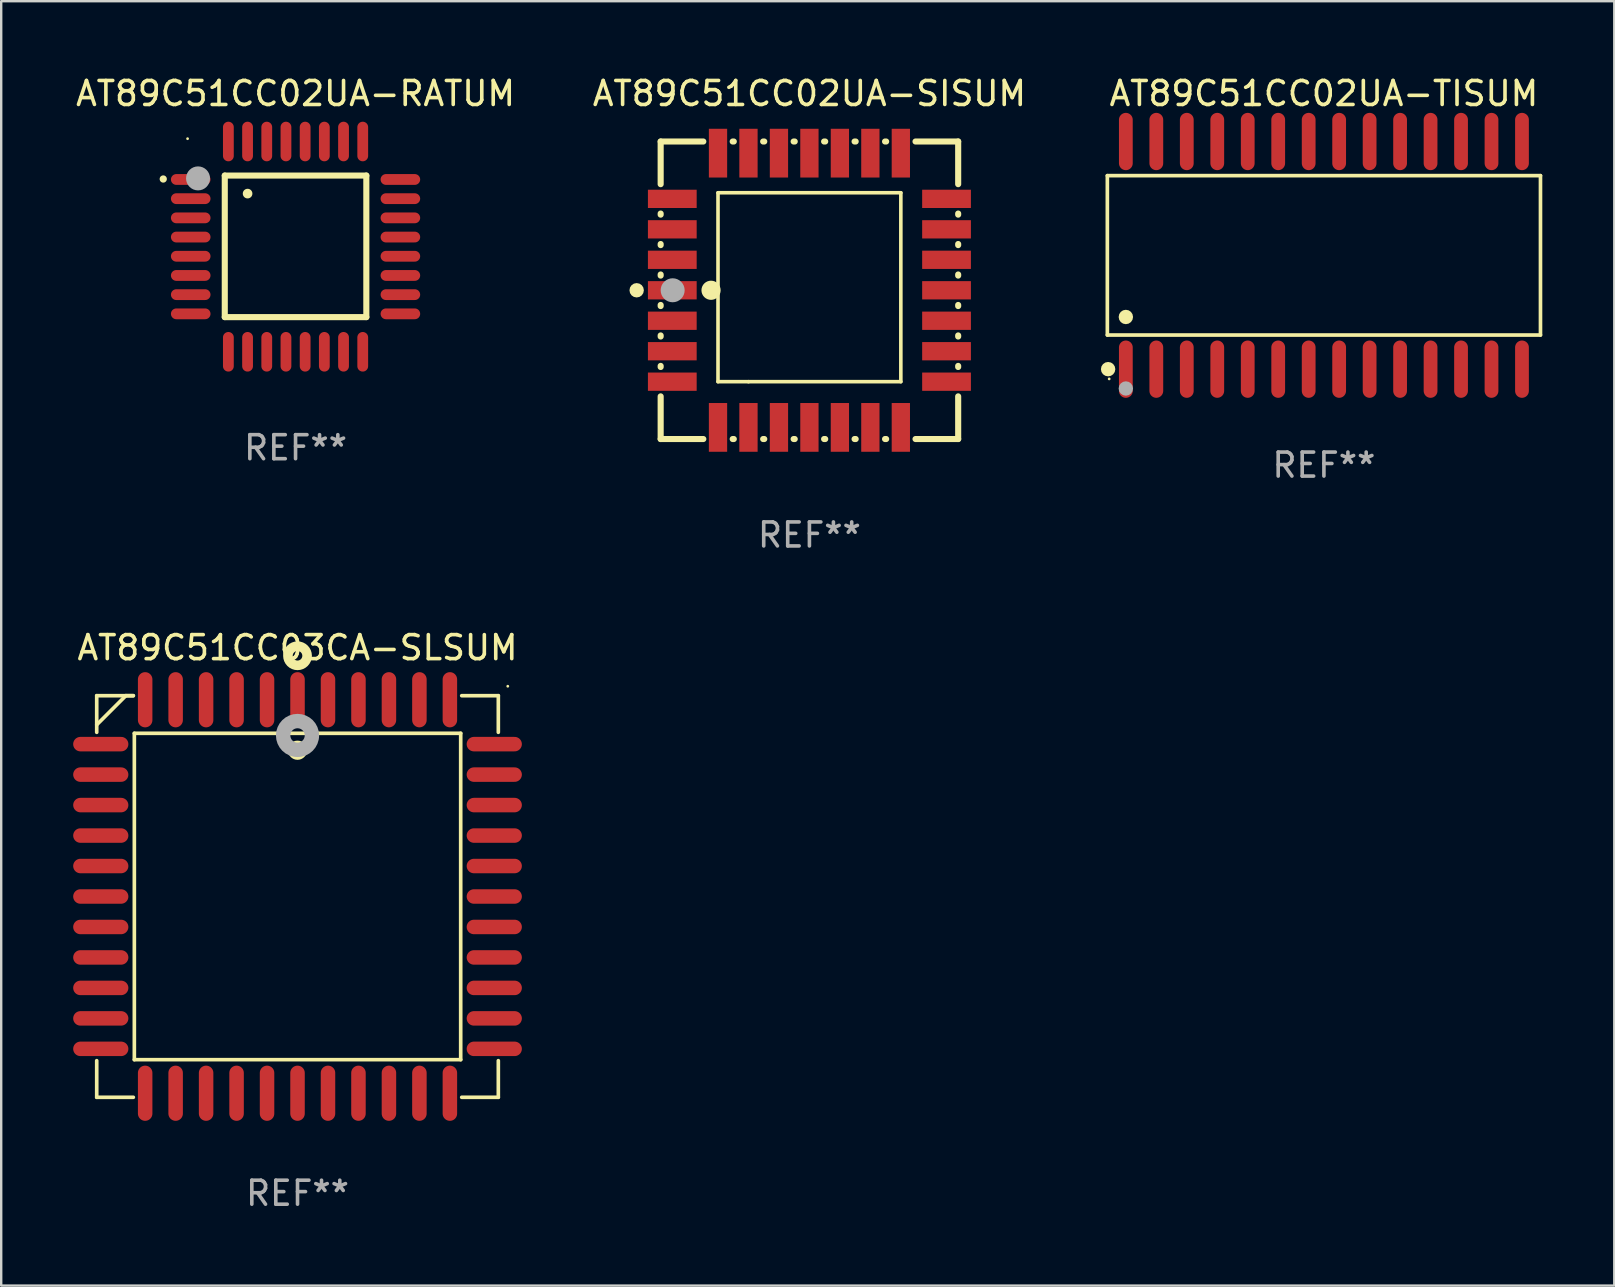
<source format=kicad_pcb>
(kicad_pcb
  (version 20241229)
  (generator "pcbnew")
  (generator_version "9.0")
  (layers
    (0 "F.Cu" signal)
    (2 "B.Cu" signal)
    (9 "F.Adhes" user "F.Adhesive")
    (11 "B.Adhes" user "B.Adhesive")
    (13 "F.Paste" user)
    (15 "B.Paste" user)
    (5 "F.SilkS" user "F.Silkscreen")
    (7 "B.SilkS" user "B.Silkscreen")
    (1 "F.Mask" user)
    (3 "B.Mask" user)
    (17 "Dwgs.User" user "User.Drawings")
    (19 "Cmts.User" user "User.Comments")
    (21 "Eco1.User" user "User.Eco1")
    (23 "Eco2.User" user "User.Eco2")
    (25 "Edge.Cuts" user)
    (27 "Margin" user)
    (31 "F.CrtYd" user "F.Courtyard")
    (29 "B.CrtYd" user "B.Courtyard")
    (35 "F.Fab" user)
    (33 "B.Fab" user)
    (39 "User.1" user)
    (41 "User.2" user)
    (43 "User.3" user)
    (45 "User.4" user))
  (footprint "AT89C51CC02UA-TISUM"
    (layer "F.Cu")
    (at 52.128 7.592)
    (property "Reference" "AT89C51CC02UA-TISUM" (at 0 -6.744 0) (layer "F.SilkS") (effects (font (size 1 1) (thickness 0.15))))
    (attr through_hole)
    (fp_line (start -9.026 -3.321) (end 9.026 -3.321) (stroke (width 0.152) (type solid)) (layer "F.SilkS"))
    (fp_line (start -9.026 3.321) (end -9.026 -3.321) (stroke (width 0.152) (type solid)) (layer "F.SilkS"))
    (fp_line (start 9.026 -3.321) (end 9.026 3.321) (stroke (width 0.152) (type solid)) (layer "F.SilkS"))
    (fp_line (start 9.026 3.321) (end -9.026 3.321) (stroke (width 0.152) (type solid)) (layer "F.SilkS"))
    (fp_circle (center -8.994 4.744) (end -8.844 4.744) (stroke (width 0.3) (type solid)) (fill no) (layer "F.SilkS"))
    (fp_circle (center -8.95 5.15) (end -8.92 5.15) (stroke (width 0.06) (type solid)) (fill no) (layer "F.SilkS"))
    (fp_circle (center -8.255 2.569) (end -8.105 2.569) (stroke (width 0.3) (type solid)) (fill no) (layer "F.SilkS"))
    (fp_circle (center -8.255 5.55) (end -8.105 5.55) (stroke (width 0.3) (type solid)) (fill no) (layer "F.Fab"))
    (fp_text user "REF**" (at 0 8.744 0) (layer "F.Fab") (effects (font (size 1 1) (thickness 0.15))))
    (pad "1" smd oval (at -8.255 4.744) (size 0.574 2.388) (layers "F.Cu" "F.Mask" "F.Paste"))
    (pad "2" smd oval (at -6.985 4.744) (size 0.574 2.388) (layers "F.Cu" "F.Mask" "F.Paste"))
    (pad "3" smd oval (at -5.715 4.744) (size 0.574 2.388) (layers "F.Cu" "F.Mask" "F.Paste"))
    (pad "4" smd oval (at -4.445 4.744) (size 0.574 2.388) (layers "F.Cu" "F.Mask" "F.Paste"))
    (pad "5" smd oval (at -3.175 4.744) (size 0.574 2.388) (layers "F.Cu" "F.Mask" "F.Paste"))
    (pad "6" smd oval (at -1.905 4.744) (size 0.574 2.388) (layers "F.Cu" "F.Mask" "F.Paste"))
    (pad "7" smd oval (at -0.635 4.744) (size 0.574 2.388) (layers "F.Cu" "F.Mask" "F.Paste"))
    (pad "8" smd oval (at 0.635 4.744) (size 0.574 2.388) (layers "F.Cu" "F.Mask" "F.Paste"))
    (pad "9" smd oval (at 1.905 4.744) (size 0.574 2.388) (layers "F.Cu" "F.Mask" "F.Paste"))
    (pad "10" smd oval (at 3.175 4.744) (size 0.574 2.388) (layers "F.Cu" "F.Mask" "F.Paste"))
    (pad "11" smd oval (at 4.445 4.744) (size 0.574 2.388) (layers "F.Cu" "F.Mask" "F.Paste"))
    (pad "12" smd oval (at 5.715 4.744) (size 0.574 2.388) (layers "F.Cu" "F.Mask" "F.Paste"))
    (pad "13" smd oval (at 6.985 4.744) (size 0.574 2.388) (layers "F.Cu" "F.Mask" "F.Paste"))
    (pad "14" smd oval (at 8.255 4.744) (size 0.574 2.388) (layers "F.Cu" "F.Mask" "F.Paste"))
    (pad "15" smd oval (at 8.255 -4.744) (size 0.574 2.388) (layers "F.Cu" "F.Mask" "F.Paste"))
    (pad "16" smd oval (at 6.985 -4.744) (size 0.574 2.388) (layers "F.Cu" "F.Mask" "F.Paste"))
    (pad "17" smd oval (at 5.715 -4.744) (size 0.574 2.388) (layers "F.Cu" "F.Mask" "F.Paste"))
    (pad "18" smd oval (at 4.445 -4.744) (size 0.574 2.388) (layers "F.Cu" "F.Mask" "F.Paste"))
    (pad "19" smd oval (at 3.175 -4.744) (size 0.574 2.388) (layers "F.Cu" "F.Mask" "F.Paste"))
    (pad "20" smd oval (at 1.905 -4.744) (size 0.574 2.388) (layers "F.Cu" "F.Mask" "F.Paste"))
    (pad "21" smd oval (at 0.635 -4.744) (size 0.574 2.388) (layers "F.Cu" "F.Mask" "F.Paste"))
    (pad "22" smd oval (at -0.635 -4.744) (size 0.574 2.388) (layers "F.Cu" "F.Mask" "F.Paste"))
    (pad "23" smd oval (at -1.905 -4.744) (size 0.574 2.388) (layers "F.Cu" "F.Mask" "F.Paste"))
    (pad "24" smd oval (at -3.175 -4.744) (size 0.574 2.388) (layers "F.Cu" "F.Mask" "F.Paste"))
    (pad "25" smd oval (at -4.445 -4.744) (size 0.574 2.388) (layers "F.Cu" "F.Mask" "F.Paste"))
    (pad "26" smd oval (at -5.715 -4.744) (size 0.574 2.388) (layers "F.Cu" "F.Mask" "F.Paste"))
    (pad "27" smd oval (at -6.985 -4.744) (size 0.574 2.388) (layers "F.Cu" "F.Mask" "F.Paste"))
    (pad "28" smd oval (at -8.255 -4.744) (size 0.574 2.388) (layers "F.Cu" "F.Mask" "F.Paste")))
  (footprint "AT89C51CC02UA-RATUM"
    (layer "F.Cu")
    (at 9.268 7.23)
    (property "Reference" "AT89C51CC02UA-RATUM" (at 0 -6.382 0) (layer "F.SilkS") (effects (font (size 1 1) (thickness 0.15))))
    (attr through_hole)
    (fp_line (start -2.95 -2.963) (end -2.95 2.937) (stroke (width 0.254) (type solid)) (layer "F.SilkS"))
    (fp_line (start -2.95 2.937) (end 2.95 2.937) (stroke (width 0.254) (type solid)) (layer "F.SilkS"))
    (fp_line (start 2.95 -2.963) (end -2.95 -2.963) (stroke (width 0.254) (type solid)) (layer "F.SilkS"))
    (fp_line (start 2.95 2.937) (end 2.95 -2.963) (stroke (width 0.254) (type solid)) (layer "F.SilkS"))
    (fp_arc (start -5.514199 -2.818136) (mid -5.514204 -2.819406) (end -5.514199 -2.820676) (stroke (width 0.3) (type solid)) (layer "F.SilkS"))
    (fp_arc (start -1.998984 -2.209804) (mid -1.998988 -2.211074) (end -1.998984 -2.212344) (stroke (width 0.4) (type solid)) (layer "F.SilkS"))
    (fp_circle (center -4.5 -4.5) (end -4.47 -4.5) (stroke (width 0.06) (type solid)) (fill no) (layer "F.SilkS"))
    (fp_circle (center -4.064 -2.845) (end -3.814 -2.845) (stroke (width 0.5) (type solid)) (fill no) (layer "F.Fab"))
    (fp_text user "REF**" (at 0 8.382 0) (layer "F.Fab") (effects (font (size 1 1) (thickness 0.15))))
    (pad "1" smd oval (at -4.369 -2.8 90) (size 0.45 1.65) (layers "F.Cu" "F.Mask" "F.Paste"))
    (pad "2" smd oval (at -4.369 -2 90) (size 0.45 1.65) (layers "F.Cu" "F.Mask" "F.Paste"))
    (pad "3" smd oval (at -4.369 -1.2 90) (size 0.45 1.65) (layers "F.Cu" "F.Mask" "F.Paste"))
    (pad "4" smd oval (at -4.369 -0.4 90) (size 0.45 1.65) (layers "F.Cu" "F.Mask" "F.Paste"))
    (pad "5" smd oval (at -4.369 0.4 90) (size 0.45 1.65) (layers "F.Cu" "F.Mask" "F.Paste"))
    (pad "6" smd oval (at -4.369 1.2 90) (size 0.45 1.65) (layers "F.Cu" "F.Mask" "F.Paste"))
    (pad "7" smd oval (at -4.369 2 90) (size 0.45 1.65) (layers "F.Cu" "F.Mask" "F.Paste"))
    (pad "8" smd oval (at -4.369 2.8 90) (size 0.45 1.65) (layers "F.Cu" "F.Mask" "F.Paste"))
    (pad "9" smd oval (at -2.8 4.382) (size 0.45 1.65) (layers "F.Cu" "F.Mask" "F.Paste"))
    (pad "10" smd oval (at -2 4.382) (size 0.45 1.65) (layers "F.Cu" "F.Mask" "F.Paste"))
    (pad "11" smd oval (at -1.2 4.382) (size 0.45 1.65) (layers "F.Cu" "F.Mask" "F.Paste"))
    (pad "12" smd oval (at -0.4 4.382) (size 0.45 1.65) (layers "F.Cu" "F.Mask" "F.Paste"))
    (pad "13" smd oval (at 0.4 4.382) (size 0.45 1.65) (layers "F.Cu" "F.Mask" "F.Paste"))
    (pad "14" smd oval (at 1.2 4.382) (size 0.45 1.65) (layers "F.Cu" "F.Mask" "F.Paste"))
    (pad "15" smd oval (at 2 4.382) (size 0.45 1.65) (layers "F.Cu" "F.Mask" "F.Paste"))
    (pad "16" smd oval (at 2.8 4.382) (size 0.45 1.65) (layers "F.Cu" "F.Mask" "F.Paste"))
    (pad "17" smd oval (at 4.369 2.8 90) (size 0.45 1.65) (layers "F.Cu" "F.Mask" "F.Paste"))
    (pad "18" smd oval (at 4.369 2 90) (size 0.45 1.65) (layers "F.Cu" "F.Mask" "F.Paste"))
    (pad "19" smd oval (at 4.369 1.2 90) (size 0.45 1.65) (layers "F.Cu" "F.Mask" "F.Paste"))
    (pad "20" smd oval (at 4.369 0.4 90) (size 0.45 1.65) (layers "F.Cu" "F.Mask" "F.Paste"))
    (pad "21" smd oval (at 4.369 -0.4 90) (size 0.45 1.65) (layers "F.Cu" "F.Mask" "F.Paste"))
    (pad "22" smd oval (at 4.369 -1.2 90) (size 0.45 1.65) (layers "F.Cu" "F.Mask" "F.Paste"))
    (pad "23" smd oval (at 4.369 -2 90) (size 0.45 1.65) (layers "F.Cu" "F.Mask" "F.Paste"))
    (pad "24" smd oval (at 4.369 -2.8 90) (size 0.45 1.65) (layers "F.Cu" "F.Mask" "F.Paste"))
    (pad "25" smd oval (at 2.8 -4.382) (size 0.45 1.65) (layers "F.Cu" "F.Mask" "F.Paste"))
    (pad "26" smd oval (at 2 -4.382) (size 0.45 1.65) (layers "F.Cu" "F.Mask" "F.Paste"))
    (pad "27" smd oval (at 1.2 -4.382) (size 0.45 1.65) (layers "F.Cu" "F.Mask" "F.Paste"))
    (pad "28" smd oval (at 0.4 -4.382) (size 0.45 1.65) (layers "F.Cu" "F.Mask" "F.Paste"))
    (pad "29" smd oval (at -0.4 -4.382) (size 0.45 1.65) (layers "F.Cu" "F.Mask" "F.Paste"))
    (pad "30" smd oval (at -1.2 -4.382) (size 0.45 1.65) (layers "F.Cu" "F.Mask" "F.Paste"))
    (pad "31" smd oval (at -2 -4.382) (size 0.45 1.65) (layers "F.Cu" "F.Mask" "F.Paste"))
    (pad "32" smd oval (at -2.8 -4.382) (size 0.45 1.65) (layers "F.Cu" "F.Mask" "F.Paste")))
  (footprint "AT89C51CC03CA-SLSUM"
    (layer "F.Cu")
    (at 9.35 34.314)
    (property "Reference" "AT89C51CC03CA-SLSUM" (at 0 -10.369 0) (layer "F.SilkS") (effects (font (size 1 1) (thickness 0.15))))
    (attr through_hole)
    (fp_line (start -8.369 -8.369) (end -8.369 -6.843) (stroke (width 0.152) (type solid)) (layer "F.SilkS"))
    (fp_line (start -8.369 8.369) (end -8.369 6.843) (stroke (width 0.152) (type solid)) (layer "F.SilkS"))
    (fp_line (start -7.156 -8.369) (end -8.369 -7.156) (stroke (width 0.152) (type solid)) (layer "F.SilkS"))
    (fp_line (start -6.843 -8.369) (end -8.369 -8.369) (stroke (width 0.152) (type solid)) (layer "F.SilkS"))
    (fp_line (start -6.843 -8.369) (end -7.156 -8.369) (stroke (width 0.152) (type solid)) (layer "F.SilkS"))
    (fp_line (start -6.843 8.369) (end -8.369 8.369) (stroke (width 0.152) (type solid)) (layer "F.SilkS"))
    (fp_line (start -6.801 -6.801) (end 6.801 -6.801) (stroke (width 0.152) (type solid)) (layer "F.SilkS"))
    (fp_line (start -6.801 6.801) (end -6.801 -6.801) (stroke (width 0.152) (type solid)) (layer "F.SilkS"))
    (fp_line (start 6.801 -6.801) (end 6.801 6.801) (stroke (width 0.152) (type solid)) (layer "F.SilkS"))
    (fp_line (start 6.801 6.801) (end -6.801 6.801) (stroke (width 0.152) (type solid)) (layer "F.SilkS"))
    (fp_line (start 6.843 -8.369) (end 8.369 -8.369) (stroke (width 0.152) (type solid)) (layer "F.SilkS"))
    (fp_line (start 6.843 8.369) (end 8.369 8.369) (stroke (width 0.152) (type solid)) (layer "F.SilkS"))
    (fp_line (start 8.369 -8.369) (end 8.369 -6.843) (stroke (width 0.152) (type solid)) (layer "F.SilkS"))
    (fp_line (start 8.369 8.369) (end 8.369 6.843) (stroke (width 0.152) (type solid)) (layer "F.SilkS"))
    (fp_circle (center -0.000013 -6.096) (end 0.2 -6.096) (stroke (width 0.4) (type solid)) (fill no) (layer "F.SilkS"))
    (fp_circle (center 0.000114 -10.033) (end 0.2 -10.033) (stroke (width 0.4) (type solid)) (fill no) (layer "F.SilkS"))
    (fp_circle (center 8.763 -8.763) (end 8.793 -8.763) (stroke (width 0.06) (type solid)) (fill no) (layer "F.SilkS"))
    (fp_circle (center 0.000114 -6.712) (end 0.3 -6.712) (stroke (width 0.6) (type solid)) (fill no) (layer "F.Fab"))
    (fp_text user "REF**" (at 0 12.369 0) (layer "F.Fab") (effects (font (size 1 1) (thickness 0.15))))
    (pad "1" smd oval (at 0.000114 -8.2) (size 0.604 2.3) (layers "F.Cu" "F.Mask" "F.Paste"))
    (pad "2" smd oval (at -1.27 -8.2) (size 0.604 2.3) (layers "F.Cu" "F.Mask" "F.Paste"))
    (pad "3" smd oval (at -2.54 -8.2) (size 0.604 2.3) (layers "F.Cu" "F.Mask" "F.Paste"))
    (pad "4" smd oval (at -3.81 -8.2) (size 0.604 2.3) (layers "F.Cu" "F.Mask" "F.Paste"))
    (pad "5" smd oval (at -5.08 -8.2) (size 0.604 2.3) (layers "F.Cu" "F.Mask" "F.Paste"))
    (pad "6" smd oval (at -6.35 -8.2) (size 0.604 2.3) (layers "F.Cu" "F.Mask" "F.Paste"))
    (pad "7" smd oval (at -8.2 -6.35) (size 2.3 0.604) (layers "F.Cu" "F.Mask" "F.Paste"))
    (pad "8" smd oval (at -8.2 -5.08) (size 2.3 0.604) (layers "F.Cu" "F.Mask" "F.Paste"))
    (pad "9" smd oval (at -8.2 -3.81) (size 2.3 0.604) (layers "F.Cu" "F.Mask" "F.Paste"))
    (pad "10" smd oval (at -8.2 -2.54) (size 2.3 0.604) (layers "F.Cu" "F.Mask" "F.Paste"))
    (pad "11" smd oval (at -8.2 -1.27) (size 2.3 0.604) (layers "F.Cu" "F.Mask" "F.Paste"))
    (pad "12" smd oval (at -8.2 0.000127) (size 2.3 0.604) (layers "F.Cu" "F.Mask" "F.Paste"))
    (pad "13" smd oval (at -8.2 1.27) (size 2.3 0.604) (layers "F.Cu" "F.Mask" "F.Paste"))
    (pad "14" smd oval (at -8.2 2.54) (size 2.3 0.604) (layers "F.Cu" "F.Mask" "F.Paste"))
    (pad "15" smd oval (at -8.2 3.81) (size 2.3 0.604) (layers "F.Cu" "F.Mask" "F.Paste"))
    (pad "16" smd oval (at -8.2 5.08) (size 2.3 0.604) (layers "F.Cu" "F.Mask" "F.Paste"))
    (pad "17" smd oval (at -8.2 6.35) (size 2.3 0.604) (layers "F.Cu" "F.Mask" "F.Paste"))
    (pad "18" smd oval (at -6.35 8.2) (size 0.604 2.3) (layers "F.Cu" "F.Mask" "F.Paste"))
    (pad "19" smd oval (at -5.08 8.2) (size 0.604 2.3) (layers "F.Cu" "F.Mask" "F.Paste"))
    (pad "20" smd oval (at -3.81 8.2) (size 0.604 2.3) (layers "F.Cu" "F.Mask" "F.Paste"))
    (pad "21" smd oval (at -2.54 8.2) (size 0.604 2.3) (layers "F.Cu" "F.Mask" "F.Paste"))
    (pad "22" smd oval (at -1.27 8.2) (size 0.604 2.3) (layers "F.Cu" "F.Mask" "F.Paste"))
    (pad "23" smd oval (at 0.000114 8.2) (size 0.604 2.3) (layers "F.Cu" "F.Mask" "F.Paste"))
    (pad "24" smd oval (at 1.27 8.2) (size 0.604 2.3) (layers "F.Cu" "F.Mask" "F.Paste"))
    (pad "25" smd oval (at 2.54 8.2) (size 0.604 2.3) (layers "F.Cu" "F.Mask" "F.Paste"))
    (pad "26" smd oval (at 3.81 8.2) (size 0.604 2.3) (layers "F.Cu" "F.Mask" "F.Paste"))
    (pad "27" smd oval (at 5.08 8.2) (size 0.604 2.3) (layers "F.Cu" "F.Mask" "F.Paste"))
    (pad "28" smd oval (at 6.35 8.2) (size 0.604 2.3) (layers "F.Cu" "F.Mask" "F.Paste"))
    (pad "29" smd oval (at 8.2 6.35) (size 2.3 0.604) (layers "F.Cu" "F.Mask" "F.Paste"))
    (pad "30" smd oval (at 8.2 5.08) (size 2.3 0.604) (layers "F.Cu" "F.Mask" "F.Paste"))
    (pad "31" smd oval (at 8.2 3.81) (size 2.3 0.604) (layers "F.Cu" "F.Mask" "F.Paste"))
    (pad "32" smd oval (at 8.2 2.54) (size 2.3 0.604) (layers "F.Cu" "F.Mask" "F.Paste"))
    (pad "33" smd oval (at 8.2 1.27) (size 2.3 0.604) (layers "F.Cu" "F.Mask" "F.Paste"))
    (pad "34" smd oval (at 8.2 0.000127) (size 2.3 0.604) (layers "F.Cu" "F.Mask" "F.Paste"))
    (pad "35" smd oval (at 8.2 -1.27) (size 2.3 0.604) (layers "F.Cu" "F.Mask" "F.Paste"))
    (pad "36" smd oval (at 8.2 -2.54) (size 2.3 0.604) (layers "F.Cu" "F.Mask" "F.Paste"))
    (pad "37" smd oval (at 8.2 -3.81) (size 2.3 0.604) (layers "F.Cu" "F.Mask" "F.Paste"))
    (pad "38" smd oval (at 8.2 -5.08) (size 2.3 0.604) (layers "F.Cu" "F.Mask" "F.Paste"))
    (pad "39" smd oval (at 8.2 -6.35) (size 2.3 0.604) (layers "F.Cu" "F.Mask" "F.Paste"))
    (pad "40" smd oval (at 6.35 -8.2) (size 0.604 2.3) (layers "F.Cu" "F.Mask" "F.Paste"))
    (pad "41" smd oval (at 5.08 -8.2) (size 0.604 2.3) (layers "F.Cu" "F.Mask" "F.Paste"))
    (pad "42" smd oval (at 3.81 -8.2) (size 0.604 2.3) (layers "F.Cu" "F.Mask" "F.Paste"))
    (pad "43" smd oval (at 2.54 -8.2) (size 0.604 2.3) (layers "F.Cu" "F.Mask" "F.Paste"))
    (pad "44" smd oval (at 1.27 -8.2) (size 0.604 2.3) (layers "F.Cu" "F.Mask" "F.Paste")))
  (footprint "AT89C51CC02UA-SISUM"
    (layer "F.Cu")
    (at 30.685 9.048)
    (property "Reference" "AT89C51CC02UA-SISUM" (at 0 -8.2 0) (layer "F.SilkS") (effects (font (size 1 1) (thickness 0.15))))
    (attr through_hole)
    (fp_line (start -6.2 -6.2) (end -4.422 -6.2) (stroke (width 0.254) (type solid)) (layer "F.SilkS"))
    (fp_line (start -6.2 -4.422) (end -6.2 -6.2) (stroke (width 0.254) (type solid)) (layer "F.SilkS"))
    (fp_line (start -6.2 -3.152) (end -6.2 -3.198) (stroke (width 0.254) (type solid)) (layer "F.SilkS"))
    (fp_line (start -6.2 -1.882) (end -6.2 -1.928) (stroke (width 0.254) (type solid)) (layer "F.SilkS"))
    (fp_line (start -6.2 -0.612) (end -6.2 -0.658) (stroke (width 0.254) (type solid)) (layer "F.SilkS"))
    (fp_line (start -6.2 0.658) (end -6.2 0.612) (stroke (width 0.254) (type solid)) (layer "F.SilkS"))
    (fp_line (start -6.2 1.928) (end -6.2 1.882) (stroke (width 0.254) (type solid)) (layer "F.SilkS"))
    (fp_line (start -6.2 3.198) (end -6.2 3.152) (stroke (width 0.254) (type solid)) (layer "F.SilkS"))
    (fp_line (start -6.2 6.2) (end -6.2 4.422) (stroke (width 0.254) (type solid)) (layer "F.SilkS"))
    (fp_line (start -4.422 6.2) (end -6.2 6.2) (stroke (width 0.254) (type solid)) (layer "F.SilkS"))
    (fp_line (start -3.81 -4.064) (end 3.81 -4.064) (stroke (width 0.15) (type solid)) (layer "F.SilkS"))
    (fp_line (start -3.81 3.81) (end -3.81 -4.064) (stroke (width 0.15) (type solid)) (layer "F.SilkS"))
    (fp_line (start -3.198 -6.2) (end -3.152 -6.2) (stroke (width 0.254) (type solid)) (layer "F.SilkS"))
    (fp_line (start -3.152 6.2) (end -3.198 6.2) (stroke (width 0.254) (type solid)) (layer "F.SilkS"))
    (fp_line (start -2.54 3.81) (end -3.81 3.81) (stroke (width 0.15) (type solid)) (layer "F.SilkS"))
    (fp_line (start -1.928 -6.2) (end -1.882 -6.2) (stroke (width 0.254) (type solid)) (layer "F.SilkS"))
    (fp_line (start -1.882 6.2) (end -1.928 6.2) (stroke (width 0.254) (type solid)) (layer "F.SilkS"))
    (fp_line (start -0.658 -6.2) (end -0.612 -6.2) (stroke (width 0.254) (type solid)) (layer "F.SilkS"))
    (fp_line (start -0.612 6.2) (end -0.658 6.2) (stroke (width 0.254) (type solid)) (layer "F.SilkS"))
    (fp_line (start 0.612 -6.2) (end 0.658 -6.2) (stroke (width 0.254) (type solid)) (layer "F.SilkS"))
    (fp_line (start 0.658 6.2) (end 0.612 6.2) (stroke (width 0.254) (type solid)) (layer "F.SilkS"))
    (fp_line (start 1.882 -6.2) (end 1.928 -6.2) (stroke (width 0.254) (type solid)) (layer "F.SilkS"))
    (fp_line (start 1.928 6.2) (end 1.882 6.2) (stroke (width 0.254) (type solid)) (layer "F.SilkS"))
    (fp_line (start 3.152 -6.2) (end 3.198 -6.2) (stroke (width 0.254) (type solid)) (layer "F.SilkS"))
    (fp_line (start 3.198 6.2) (end 3.152 6.2) (stroke (width 0.254) (type solid)) (layer "F.SilkS"))
    (fp_line (start 3.81 -4.064) (end 3.81 3.81) (stroke (width 0.15) (type solid)) (layer "F.SilkS"))
    (fp_line (start 3.81 3.81) (end -2.54 3.81) (stroke (width 0.15) (type solid)) (layer "F.SilkS"))
    (fp_line (start 4.422 -6.2) (end 6.2 -6.2) (stroke (width 0.254) (type solid)) (layer "F.SilkS"))
    (fp_line (start 6.2 -6.2) (end 6.2 -4.422) (stroke (width 0.254) (type solid)) (layer "F.SilkS"))
    (fp_line (start 6.2 -3.198) (end 6.2 -3.152) (stroke (width 0.254) (type solid)) (layer "F.SilkS"))
    (fp_line (start 6.2 -1.928) (end 6.2 -1.882) (stroke (width 0.254) (type solid)) (layer "F.SilkS"))
    (fp_line (start 6.2 -0.658) (end 6.2 -0.612) (stroke (width 0.254) (type solid)) (layer "F.SilkS"))
    (fp_line (start 6.2 0.612) (end 6.2 0.658) (stroke (width 0.254) (type solid)) (layer "F.SilkS"))
    (fp_line (start 6.2 1.882) (end 6.2 1.928) (stroke (width 0.254) (type solid)) (layer "F.SilkS"))
    (fp_line (start 6.2 3.152) (end 6.2 3.198) (stroke (width 0.254) (type solid)) (layer "F.SilkS"))
    (fp_line (start 6.2 4.422) (end 6.2 6.2) (stroke (width 0.254) (type solid)) (layer "F.SilkS"))
    (fp_line (start 6.2 6.2) (end 4.422 6.2) (stroke (width 0.254) (type solid)) (layer "F.SilkS"))
    (fp_circle (center -7.2 0) (end -7.05 0) (stroke (width 0.3) (type solid)) (fill no) (layer "F.SilkS"))
    (fp_circle (center -6.223 6.223) (end -6.193 6.223) (stroke (width 0.06) (type solid)) (fill no) (layer "F.SilkS"))
    (fp_circle (center -4.1 0) (end -3.9 0) (stroke (width 0.4) (type solid)) (fill no) (layer "F.SilkS"))
    (fp_circle (center -5.7 0) (end -5.45 0) (stroke (width 0.5) (type solid)) (fill no) (layer "F.Fab"))
    (fp_text user "REF**" (at 0 10.2 0) (layer "F.Fab") (effects (font (size 1 1) (thickness 0.15))))
    (pad "1" smd rect (at -5.715 0) (size 2.032 0.762) (layers "F.Cu" "F.Mask" "F.Paste"))
    (pad "2" smd rect (at -5.715 1.27) (size 2.032 0.762) (layers "F.Cu" "F.Mask" "F.Paste"))
    (pad "3" smd rect (at -5.715 2.54) (size 2.032 0.762) (layers "F.Cu" "F.Mask" "F.Paste"))
    (pad "4" smd rect (at -5.715 3.81) (size 2.032 0.762) (layers "F.Cu" "F.Mask" "F.Paste"))
    (pad "5" smd rect (at -3.81 5.715) (size 0.762 2.032) (layers "F.Cu" "F.Mask" "F.Paste"))
    (pad "6" smd rect (at -2.54 5.715) (size 0.762 2.032) (layers "F.Cu" "F.Mask" "F.Paste"))
    (pad "7" smd rect (at -1.27 5.715) (size 0.762 2.032) (layers "F.Cu" "F.Mask" "F.Paste"))
    (pad "8" smd rect (at 0 5.715) (size 0.762 2.032) (layers "F.Cu" "F.Mask" "F.Paste"))
    (pad "9" smd rect (at 1.27 5.715) (size 0.762 2.032) (layers "F.Cu" "F.Mask" "F.Paste"))
    (pad "10" smd rect (at 2.54 5.715) (size 0.762 2.032) (layers "F.Cu" "F.Mask" "F.Paste"))
    (pad "11" smd rect (at 3.81 5.715) (size 0.762 2.032) (layers "F.Cu" "F.Mask" "F.Paste"))
    (pad "12" smd rect (at 5.715 3.81) (size 2.032 0.762) (layers "F.Cu" "F.Mask" "F.Paste"))
    (pad "13" smd rect (at 5.715 2.54) (size 2.032 0.762) (layers "F.Cu" "F.Mask" "F.Paste"))
    (pad "14" smd rect (at 5.715 1.27) (size 2.032 0.762) (layers "F.Cu" "F.Mask" "F.Paste"))
    (pad "15" smd rect (at 5.715 0) (size 2.032 0.762) (layers "F.Cu" "F.Mask" "F.Paste"))
    (pad "16" smd rect (at 5.715 -1.27) (size 2.032 0.762) (layers "F.Cu" "F.Mask" "F.Paste"))
    (pad "17" smd rect (at 5.715 -2.54) (size 2.032 0.762) (layers "F.Cu" "F.Mask" "F.Paste"))
    (pad "18" smd rect (at 5.715 -3.81) (size 2.032 0.762) (layers "F.Cu" "F.Mask" "F.Paste"))
    (pad "19" smd rect (at 3.81 -5.715) (size 0.762 2.032) (layers "F.Cu" "F.Mask" "F.Paste"))
    (pad "20" smd rect (at 2.54 -5.715) (size 0.762 2.032) (layers "F.Cu" "F.Mask" "F.Paste"))
    (pad "21" smd rect (at 1.27 -5.715) (size 0.762 2.032) (layers "F.Cu" "F.Mask" "F.Paste"))
    (pad "22" smd rect (at 0 -5.715) (size 0.762 2.032) (layers "F.Cu" "F.Mask" "F.Paste"))
    (pad "23" smd rect (at -1.27 -5.715) (size 0.762 2.032) (layers "F.Cu" "F.Mask" "F.Paste"))
    (pad "24" smd rect (at -2.54 -5.715) (size 0.762 2.032) (layers "F.Cu" "F.Mask" "F.Paste"))
    (pad "25" smd rect (at -3.81 -5.715) (size 0.762 2.032) (layers "F.Cu" "F.Mask" "F.Paste"))
    (pad "26" smd rect (at -5.715 -3.81) (size 2.032 0.762) (layers "F.Cu" "F.Mask" "F.Paste"))
    (pad "27" smd rect (at -5.715 -2.54) (size 2.032 0.762) (layers "F.Cu" "F.Mask" "F.Paste"))
    (pad "28" smd rect (at -5.715 -1.27) (size 2.032 0.762) (layers "F.Cu" "F.Mask" "F.Paste")))
  (gr_rect
    (start -3 -3)
    (end 64.23 50.531)
    (stroke (width 0.1) (type default))
    (fill no)
    (layer "Edge.Cuts")))
</source>
